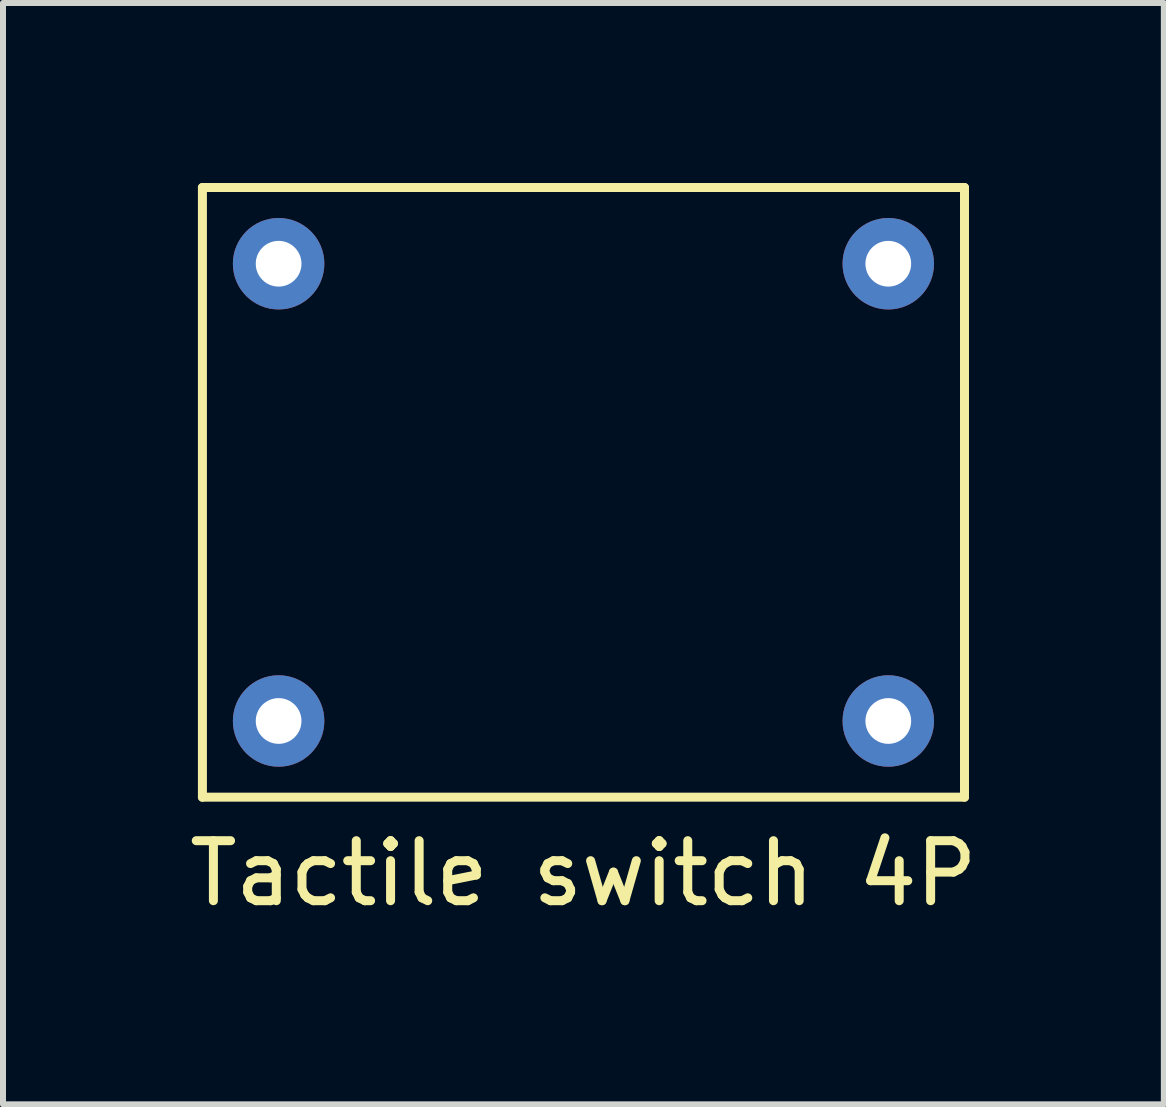
<source format=kicad_pcb>
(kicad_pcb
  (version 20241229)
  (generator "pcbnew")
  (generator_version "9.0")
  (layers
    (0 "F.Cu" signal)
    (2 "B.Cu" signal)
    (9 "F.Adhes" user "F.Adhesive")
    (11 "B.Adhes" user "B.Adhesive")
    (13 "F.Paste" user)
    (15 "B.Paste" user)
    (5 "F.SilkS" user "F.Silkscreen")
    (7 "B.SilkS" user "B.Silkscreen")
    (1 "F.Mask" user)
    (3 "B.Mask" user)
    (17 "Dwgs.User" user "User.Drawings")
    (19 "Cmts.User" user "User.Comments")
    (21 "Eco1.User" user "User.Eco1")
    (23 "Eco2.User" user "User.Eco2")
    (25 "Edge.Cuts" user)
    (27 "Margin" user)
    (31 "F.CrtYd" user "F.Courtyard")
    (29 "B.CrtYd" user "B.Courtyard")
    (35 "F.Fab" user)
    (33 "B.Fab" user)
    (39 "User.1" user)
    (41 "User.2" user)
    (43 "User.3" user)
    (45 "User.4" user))
  (footprint "Tactile switch 4P"
    (layer "F.Cu")
    (at 6.673 5.155)
    (property "Reference" "Tactile switch 4P" (at 0 6.35 0) (layer "F.SilkS") (effects (font (size 1 1) (thickness 0.15))))
    (attr through_hole)
    (fp_line (start -6.35 -5.08) (end -6.35 5.08) (stroke (width 0.15) (type solid)) (layer "F.SilkS"))
    (fp_line (start -6.35 5.08) (end 6.35 5.08) (stroke (width 0.15) (type solid)) (layer "F.SilkS"))
    (fp_line (start 6.35 -5.08) (end -6.35 -5.08) (stroke (width 0.15) (type solid)) (layer "F.SilkS"))
    (fp_line (start 6.35 5.08) (end 6.35 -5.08) (stroke (width 0.15) (type solid)) (layer "F.SilkS"))
    (pad "1" thru_hole circle (at -5.08 -3.81) (size 1.524 1.524) (drill 0.762) (layers "*.Cu" "*.Mask"))
    (pad "2" thru_hole circle (at 5.08 -3.81) (size 1.524 1.524) (drill 0.762) (layers "*.Cu" "*.Mask"))
    (pad "3" thru_hole circle (at -5.08 3.81) (size 1.524 1.524) (drill 0.762) (layers "*.Cu" "*.Mask"))
    (pad "4" thru_hole circle (at 5.08 3.81) (size 1.524 1.524) (drill 0.762) (layers "*.Cu" "*.Mask")))
  (gr_rect
    (start -3 -3)
    (end 16.345 15.353)
    (stroke (width 0.1) (type default))
    (fill no)
    (layer "Edge.Cuts")))
</source>
